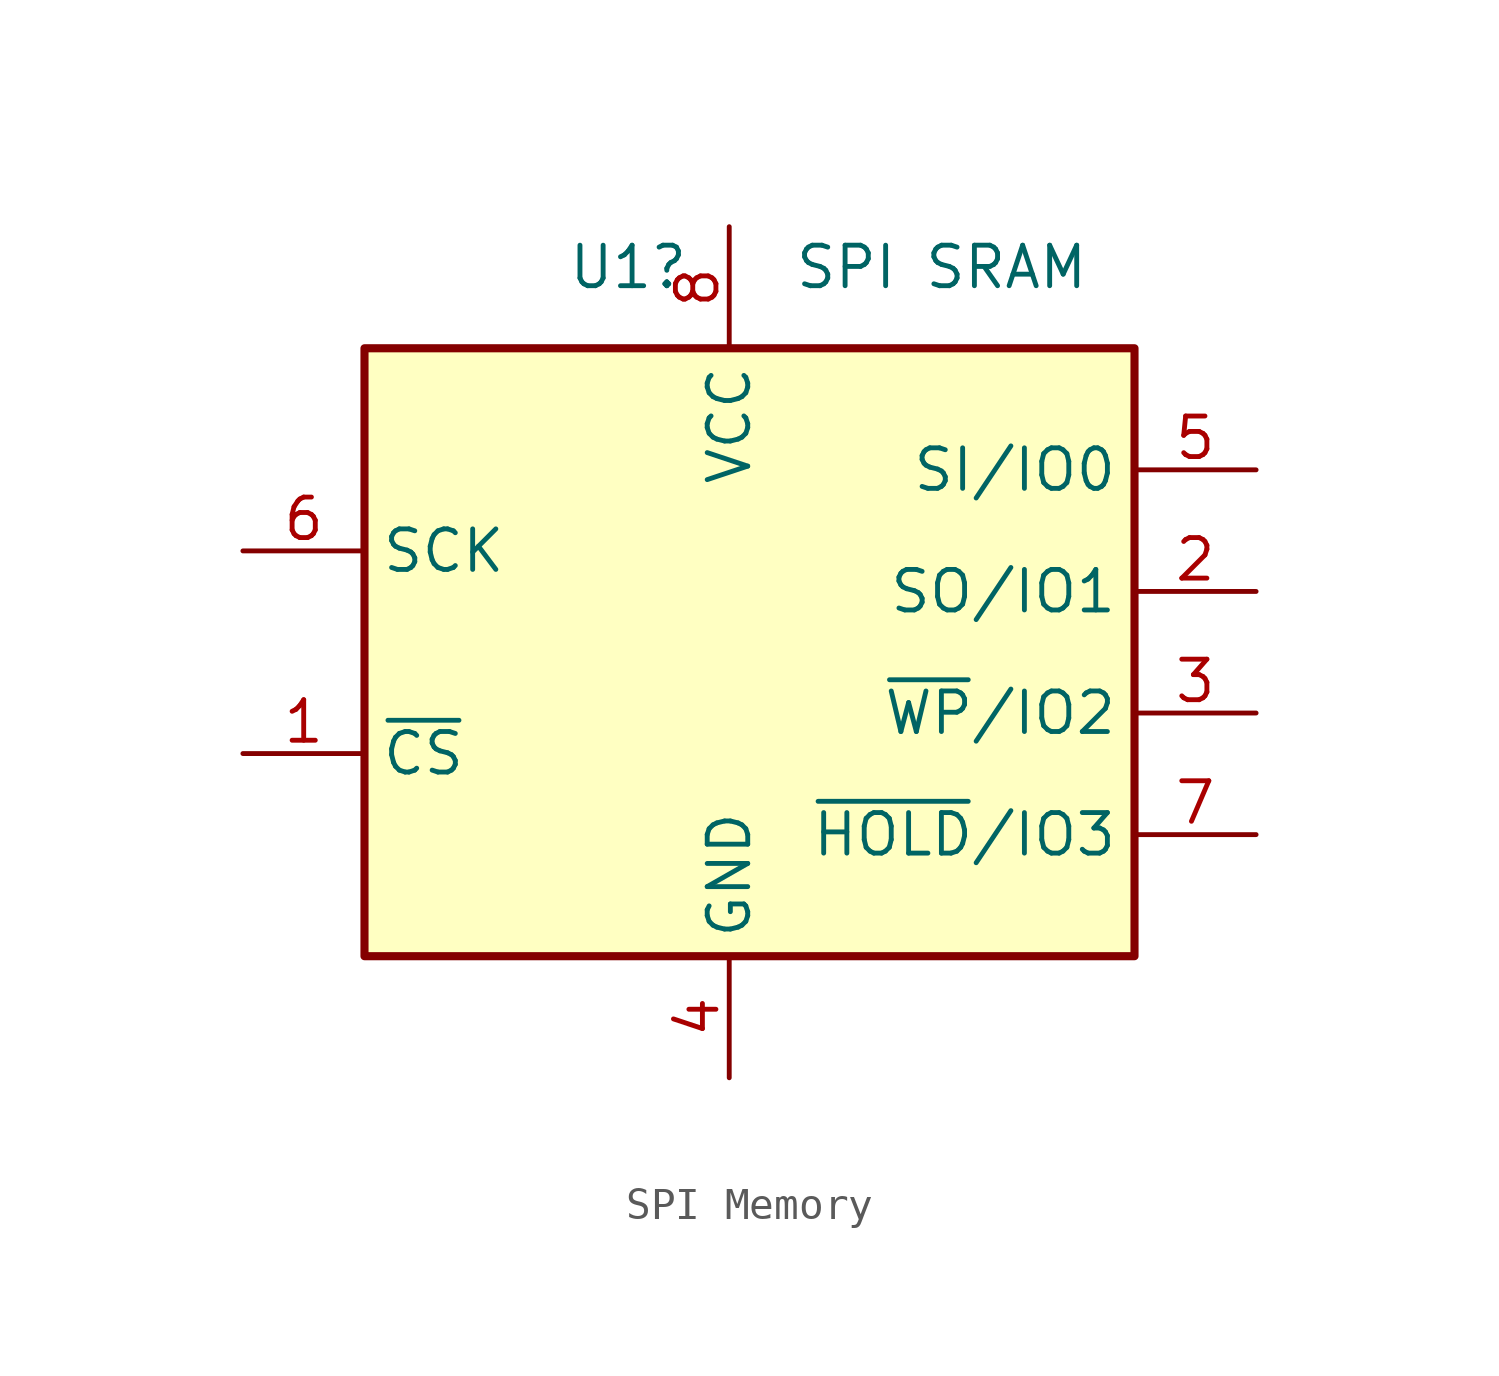
<source format=kicad_sym>
(kicad_symbol_lib
  (version 20211014)
  (generator kicad_symbol_editor)
  (symbol "SPI Memory"
    (property "Reference" "U1"
      (at -6.35 11.43 0)
      (effects (font (size 1.27 1.27)) (justify left)))
    (property "Value" "SPI SRAM"
      (at 0.749 11.43 0)
      (effects (font (size 1.27 1.27)) (justify left)))
    (symbol "SPI Memory_1_1"
      (rectangle (start -12.7 8.89) (end 11.43 -10.16) (stroke (width 0.254) (type default) (color 0 0 0 0)) (fill (type background)))
      (pin input line (at -16.51 -3.81 0) (length 3.81) (name "~{CS}" (effects (font (size 1.27 1.27)))) (number "1" (effects (font (size 1.27 1.27)))))
      (pin bidirectional line (at 15.24 1.27 180) (length 3.81) (name "SO/IO1" (effects (font (size 1.27 1.27)))) (number "2" (effects (font (size 1.27 1.27)))))
      (pin bidirectional line (at 15.24 -2.54 180) (length 3.81) (name "~{WP}/IO2" (effects (font (size 1.27 1.27)))) (number "3" (effects (font (size 1.27 1.27)))))
      (pin power_in line (at -1.27 -13.97 90) (length 3.81) (name "GND" (effects (font (size 1.27 1.27)))) (number "4" (effects (font (size 1.27 1.27)))))
      (pin bidirectional line (at 15.24 5.08 180) (length 3.81) (name "SI/IO0" (effects (font (size 1.27 1.27)))) (number "5" (effects (font (size 1.27 1.27)))))
      (pin input line (at -16.51 2.54 0) (length 3.81) (name "SCK" (effects (font (size 1.27 1.27)))) (number "6" (effects (font (size 1.27 1.27)))))
      (pin bidirectional line (at 15.24 -6.35 180) (length 3.81) (name "~{HOLD}/IO3" (effects (font (size 1.27 1.27)))) (number "7" (effects (font (size 1.27 1.27)))))
      (pin power_in line (at -1.27 12.7 270) (length 3.81) (name "VCC" (effects (font (size 1.27 1.27)))) (number "8" (effects (font (size 1.27 1.27))))))))
</source>
